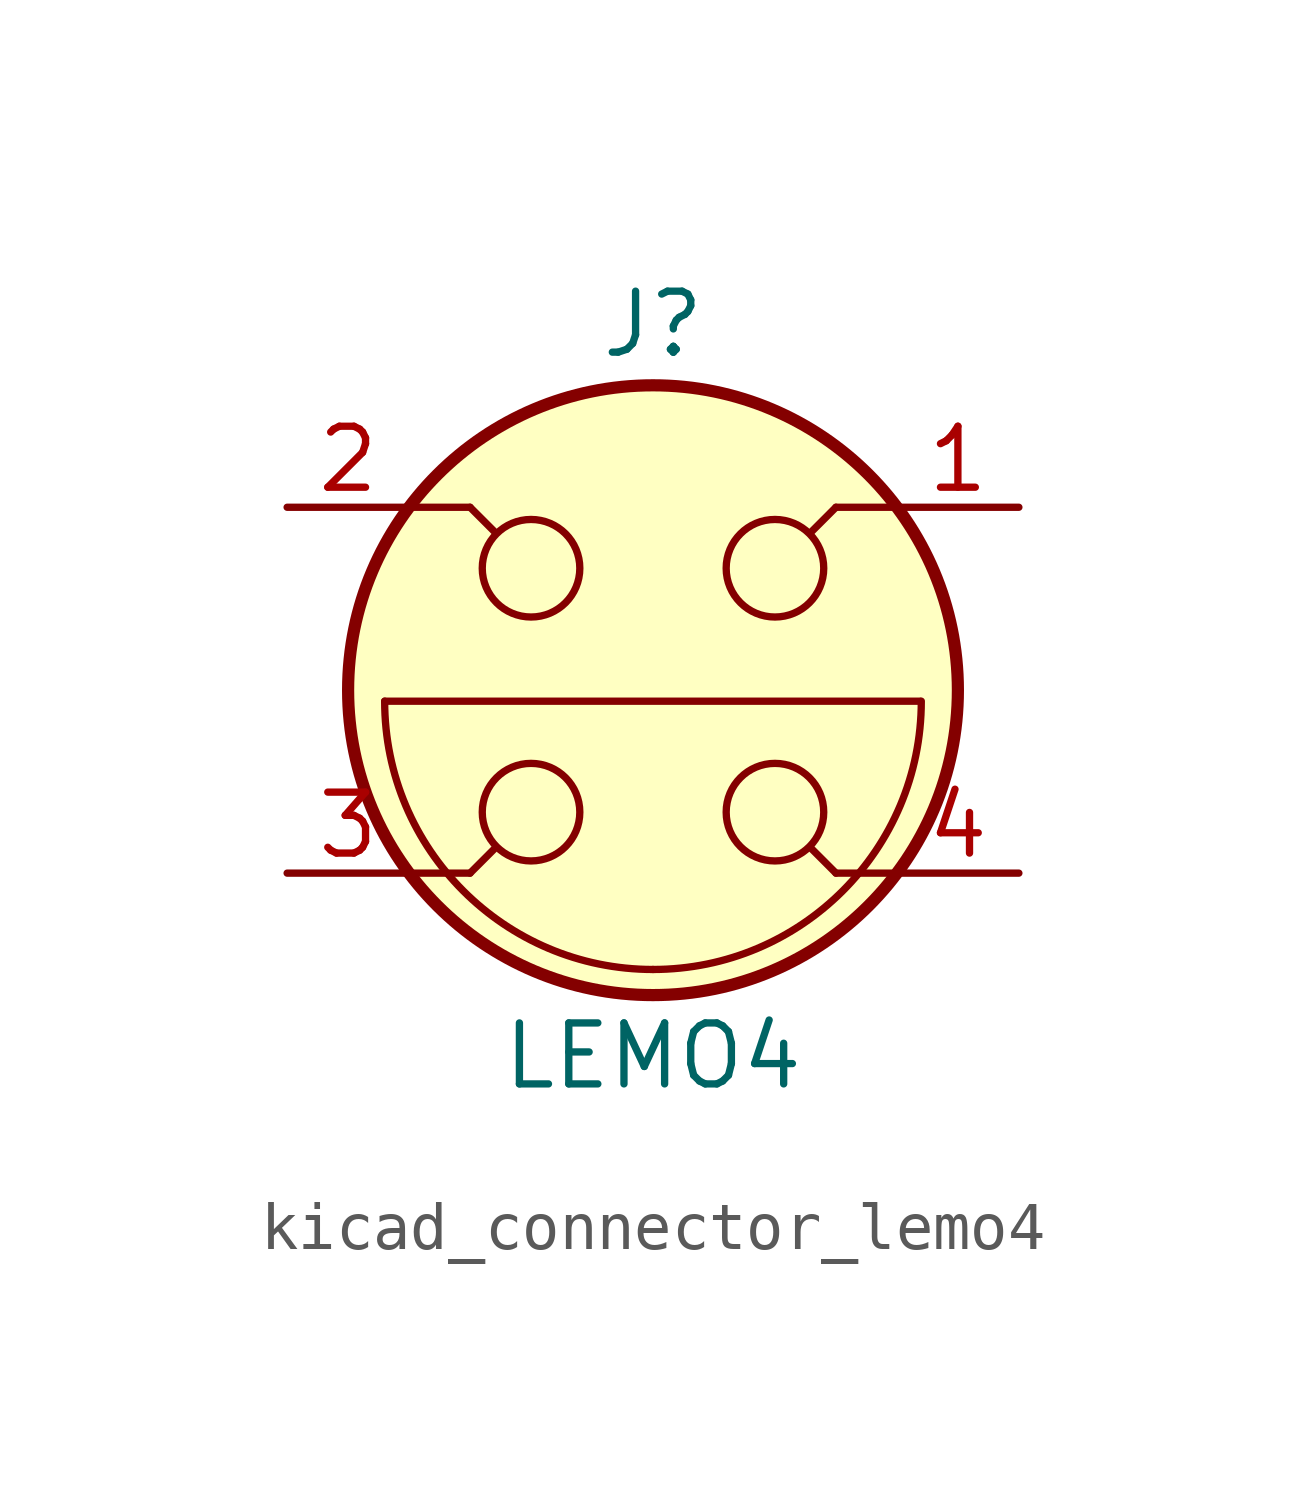
<source format=kicad_sym>
(kicad_symbol_lib
  (version 20220914)
  (generator kicad_symbol_editor)
  (symbol "kicad_connector_lemo4"
    (pin_names
      (offset 1.016) hide)
    (property "Reference" "J"
      (at 0 7.62 0)
      (effects (font (size 1.27 1.27))))
    (property "Value" "LEMO4"
      (at 0 -7.62 0)
      (effects (font (size 1.27 1.27))))
    (symbol "kicad_connector_lemo4_0_1"
      (arc (start -5.588 -0.2286) (mid -3.9513 -4.1799) (end 0 -5.8166) (stroke (width 0) (type default)) (fill (type none)))
      (circle (center -2.54 -2.54) (radius 1.016) (stroke (width 0) (type default)) (fill (type none)))
      (circle (center -2.54 2.54) (radius 1.016) (stroke (width 0) (type default)) (fill (type none)))
      (arc (start 0 -5.8166) (mid 3.9513 -4.1799) (end 5.588 -0.2286) (stroke (width 0) (type default)) (fill (type none)))
      (polyline (pts (xy -5.588 -0.229) (xy 5.563 -0.229)) (stroke (width 0) (type default)) (fill (type none)))
      (polyline (pts (xy -5.08 -3.81) (xy -3.81 -3.81)) (stroke (width 0) (type default)) (fill (type none)))
      (polyline (pts (xy -3.81 -3.81) (xy -3.302 -3.302)) (stroke (width 0) (type default)) (fill (type none)))
      (polyline (pts (xy -3.81 3.81) (xy -5.08 3.81)) (stroke (width 0) (type default)) (fill (type none)))
      (polyline (pts (xy -3.81 3.81) (xy -3.302 3.302)) (stroke (width 0) (type default)) (fill (type none)))
      (polyline (pts (xy 3.81 -3.81) (xy 3.302 -3.302)) (stroke (width 0) (type default)) (fill (type none)))
      (polyline (pts (xy 3.81 3.81) (xy 3.302 3.302)) (stroke (width 0) (type default)) (fill (type none)))
      (polyline (pts (xy 5.08 -3.81) (xy 3.81 -3.81)) (stroke (width 0) (type default)) (fill (type none)))
      (polyline (pts (xy 5.08 3.81) (xy 3.81 3.81)) (stroke (width 0) (type default)) (fill (type none)))
      (circle (center 0 0) (radius 6.35) (stroke (width 0.254) (type default)) (fill (type background)))
      (circle (center 2.54 -2.54) (radius 1.016) (stroke (width 0) (type default)) (fill (type none)))
      (circle (center 2.54 2.54) (radius 1.016) (stroke (width 0) (type default)) (fill (type none))))
    (symbol "kicad_connector_lemo4_1_1"
      (pin passive line (at 7.62 3.81 180) (length 2.54) (name "~" (effects (font (size 1.27 1.27)))) (number "1" (effects (font (size 1.27 1.27)))))
      (pin passive line (at -7.62 3.81 0) (length 2.54) (name "~" (effects (font (size 1.27 1.27)))) (number "2" (effects (font (size 1.27 1.27)))))
      (pin passive line (at -7.62 -3.81 0) (length 2.54) (name "~" (effects (font (size 1.27 1.27)))) (number "3" (effects (font (size 1.27 1.27)))))
      (pin passive line (at 7.62 -3.81 180) (length 2.54) (name "~" (effects (font (size 1.27 1.27)))) (number "4" (effects (font (size 1.27 1.27))))))))
</source>
